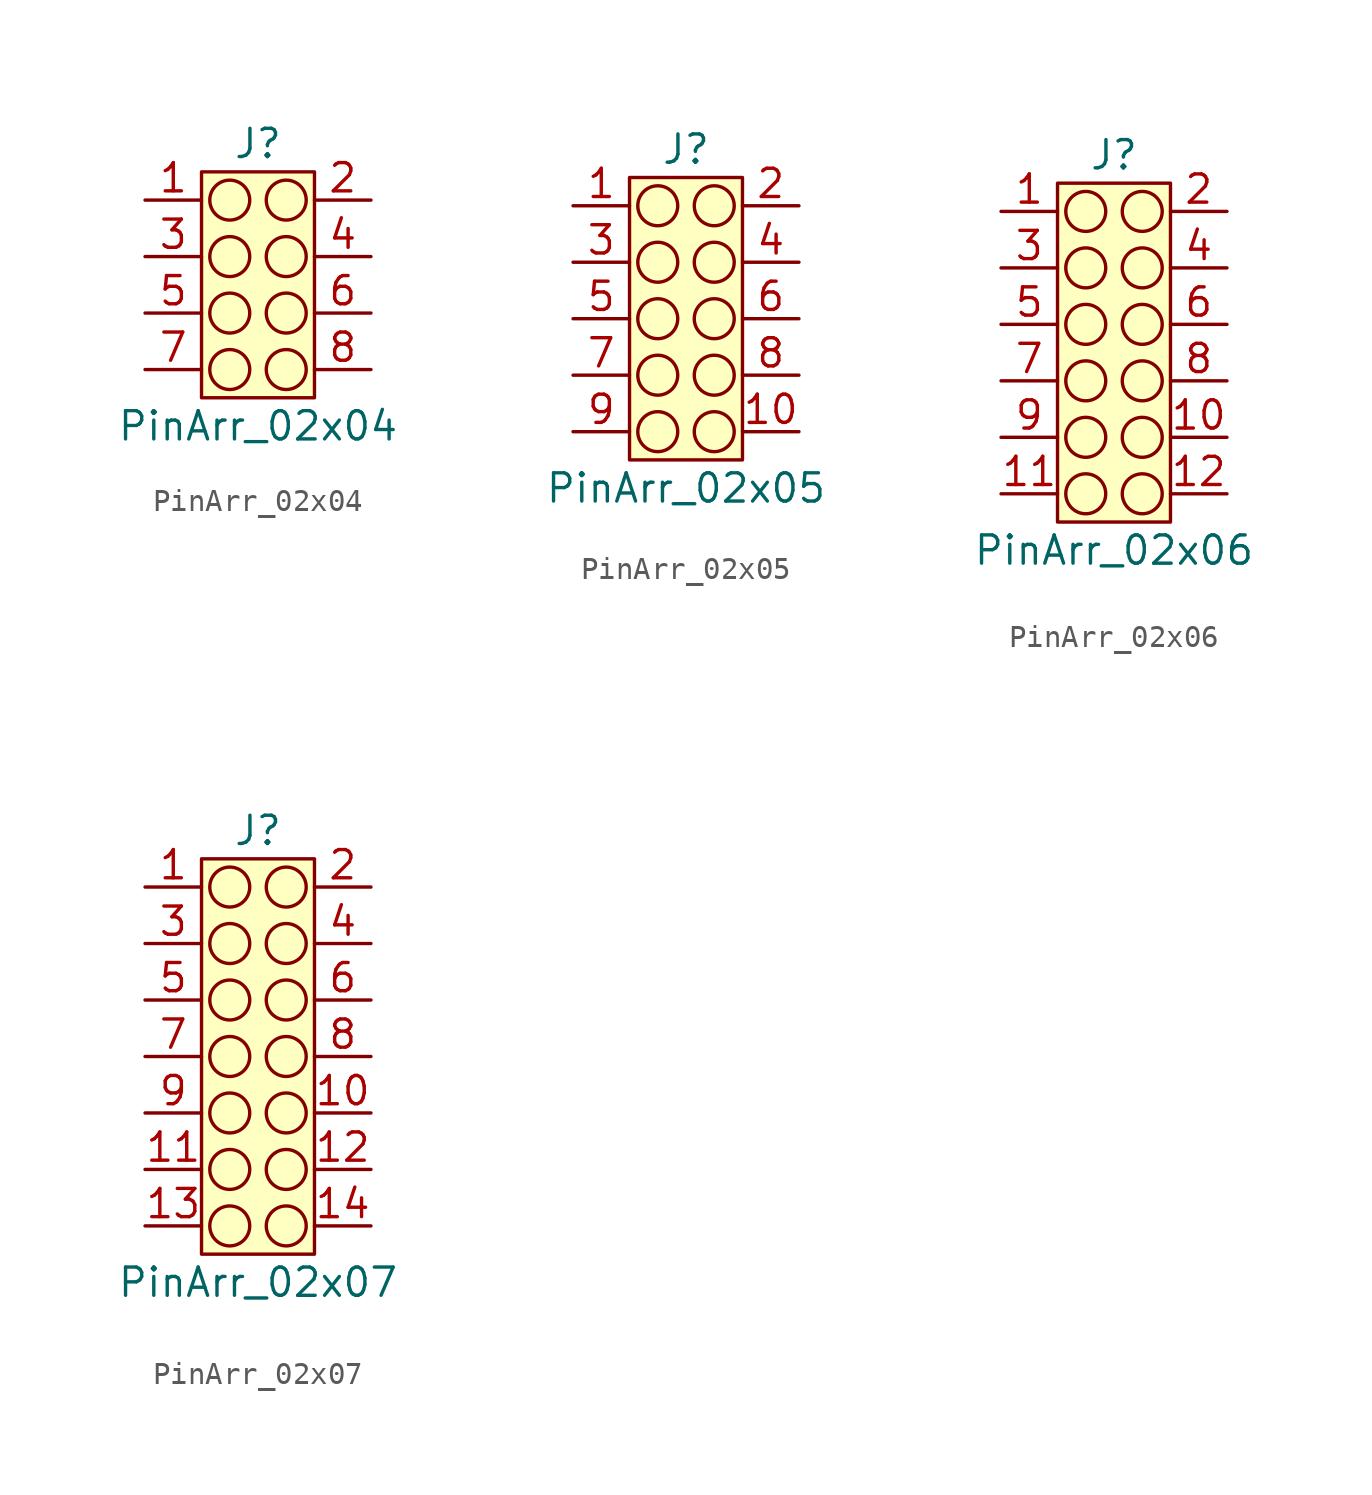
<source format=kicad_sym>
(kicad_symbol_lib
  (version 20220914)
  (generator kicad_symbol_editor)
  (symbol "PinArr_02x04"
    (property "Reference" "J"
      (at 0 6.35 0)
      (effects (font (size 1.27 1.27))))
    (property "Value" "PinArr_02x04"
      (at 0 -6.35 0)
      (effects (font (size 1.27 1.27))))
    (symbol "PinArr_02x04_0_1"
      (circle (center -1.27 -3.81) (radius 0.898) (stroke (width 0) (type default)) (fill (type none)))
      (circle (center -1.27 -1.27) (radius 0.898) (stroke (width 0) (type default)) (fill (type none)))
      (circle (center -1.27 1.27) (radius 0.898) (stroke (width 0) (type default)) (fill (type none)))
      (circle (center -1.27 3.81) (radius 0.898) (stroke (width 0) (type default)) (fill (type none)))
      (circle (center 1.27 -3.81) (radius 0.898) (stroke (width 0) (type default)) (fill (type none)))
      (circle (center 1.27 -1.27) (radius 0.898) (stroke (width 0) (type default)) (fill (type none)))
      (circle (center 1.27 1.27) (radius 0.898) (stroke (width 0) (type default)) (fill (type none)))
      (circle (center 1.27 3.81) (radius 0.898) (stroke (width 0) (type default)) (fill (type none))))
    (symbol "PinArr_02x04_1_1"
      (rectangle (start -2.54 5.08) (end 2.54 -5.08) (stroke (width 0) (type default)) (fill (type background)))
      (pin passive line (at -5.08 3.81 0) (length 2.54) (name "" (effects (font (size 1.27 1.27)))) (number "1" (effects (font (size 1.27 1.27)))))
      (pin passive line (at 5.08 3.81 180) (length 2.54) (name "" (effects (font (size 1.27 1.27)))) (number "2" (effects (font (size 1.27 1.27)))))
      (pin passive line (at -5.08 1.27 0) (length 2.54) (name "" (effects (font (size 1.27 1.27)))) (number "3" (effects (font (size 1.27 1.27)))))
      (pin passive line (at 5.08 1.27 180) (length 2.54) (name "" (effects (font (size 1.27 1.27)))) (number "4" (effects (font (size 1.27 1.27)))))
      (pin passive line (at -5.08 -1.27 0) (length 2.54) (name "" (effects (font (size 1.27 1.27)))) (number "5" (effects (font (size 1.27 1.27)))))
      (pin passive line (at 5.08 -1.27 180) (length 2.54) (name "" (effects (font (size 1.27 1.27)))) (number "6" (effects (font (size 1.27 1.27)))))
      (pin passive line (at -5.08 -3.81 0) (length 2.54) (name "" (effects (font (size 1.27 1.27)))) (number "7" (effects (font (size 1.27 1.27)))))
      (pin passive line (at 5.08 -3.81 180) (length 2.54) (name "" (effects (font (size 1.27 1.27)))) (number "8" (effects (font (size 1.27 1.27)))))))
  (symbol "PinArr_02x05"
    (property "Reference" "J"
      (at 0 7.62 0)
      (effects (font (size 1.27 1.27))))
    (property "Value" "PinArr_02x05"
      (at 0 -7.62 0)
      (effects (font (size 1.27 1.27))))
    (symbol "PinArr_02x05_0_1"
      (circle (center -1.27 -5.08) (radius 0.898) (stroke (width 0) (type default)) (fill (type none)))
      (circle (center -1.27 -2.54) (radius 0.898) (stroke (width 0) (type default)) (fill (type none)))
      (circle (center -1.27 0) (radius 0.898) (stroke (width 0) (type default)) (fill (type none)))
      (circle (center -1.27 2.54) (radius 0.898) (stroke (width 0) (type default)) (fill (type none)))
      (circle (center -1.27 5.08) (radius 0.898) (stroke (width 0) (type default)) (fill (type none)))
      (circle (center 1.27 -5.08) (radius 0.898) (stroke (width 0) (type default)) (fill (type none)))
      (circle (center 1.27 -2.54) (radius 0.898) (stroke (width 0) (type default)) (fill (type none)))
      (circle (center 1.27 0) (radius 0.898) (stroke (width 0) (type default)) (fill (type none)))
      (circle (center 1.27 2.54) (radius 0.898) (stroke (width 0) (type default)) (fill (type none)))
      (circle (center 1.27 5.08) (radius 0.898) (stroke (width 0) (type default)) (fill (type none))))
    (symbol "PinArr_02x05_1_1"
      (rectangle (start -2.54 6.35) (end 2.54 -6.35) (stroke (width 0) (type default)) (fill (type background)))
      (pin passive line (at -5.08 5.08 0) (length 2.54) (name "" (effects (font (size 1.27 1.27)))) (number "1" (effects (font (size 1.27 1.27)))))
      (pin passive line (at 5.08 -5.08 180) (length 2.54) (name "" (effects (font (size 1.27 1.27)))) (number "10" (effects (font (size 1.27 1.27)))))
      (pin passive line (at 5.08 5.08 180) (length 2.54) (name "" (effects (font (size 1.27 1.27)))) (number "2" (effects (font (size 1.27 1.27)))))
      (pin passive line (at -5.08 2.54 0) (length 2.54) (name "" (effects (font (size 1.27 1.27)))) (number "3" (effects (font (size 1.27 1.27)))))
      (pin passive line (at 5.08 2.54 180) (length 2.54) (name "" (effects (font (size 1.27 1.27)))) (number "4" (effects (font (size 1.27 1.27)))))
      (pin passive line (at -5.08 0 0) (length 2.54) (name "" (effects (font (size 1.27 1.27)))) (number "5" (effects (font (size 1.27 1.27)))))
      (pin passive line (at 5.08 0 180) (length 2.54) (name "" (effects (font (size 1.27 1.27)))) (number "6" (effects (font (size 1.27 1.27)))))
      (pin passive line (at -5.08 -2.54 0) (length 2.54) (name "" (effects (font (size 1.27 1.27)))) (number "7" (effects (font (size 1.27 1.27)))))
      (pin passive line (at 5.08 -2.54 180) (length 2.54) (name "" (effects (font (size 1.27 1.27)))) (number "8" (effects (font (size 1.27 1.27)))))
      (pin passive line (at -5.08 -5.08 0) (length 2.54) (name "" (effects (font (size 1.27 1.27)))) (number "9" (effects (font (size 1.27 1.27)))))))
  (symbol "PinArr_02x06"
    (property "Reference" "J"
      (at 0 8.89 0)
      (effects (font (size 1.27 1.27))))
    (property "Value" "PinArr_02x06"
      (at 0 -8.89 0)
      (effects (font (size 1.27 1.27))))
    (symbol "PinArr_02x06_0_1"
      (circle (center -1.27 -6.35) (radius 0.898) (stroke (width 0) (type default)) (fill (type none)))
      (circle (center -1.27 -3.81) (radius 0.898) (stroke (width 0) (type default)) (fill (type none)))
      (circle (center -1.27 -1.27) (radius 0.898) (stroke (width 0) (type default)) (fill (type none)))
      (circle (center -1.27 1.27) (radius 0.898) (stroke (width 0) (type default)) (fill (type none)))
      (circle (center -1.27 3.81) (radius 0.898) (stroke (width 0) (type default)) (fill (type none)))
      (circle (center -1.27 6.35) (radius 0.898) (stroke (width 0) (type default)) (fill (type none)))
      (circle (center 1.27 -6.35) (radius 0.898) (stroke (width 0) (type default)) (fill (type none)))
      (circle (center 1.27 -3.81) (radius 0.898) (stroke (width 0) (type default)) (fill (type none)))
      (circle (center 1.27 -1.27) (radius 0.898) (stroke (width 0) (type default)) (fill (type none)))
      (circle (center 1.27 1.27) (radius 0.898) (stroke (width 0) (type default)) (fill (type none)))
      (circle (center 1.27 3.81) (radius 0.898) (stroke (width 0) (type default)) (fill (type none)))
      (circle (center 1.27 6.35) (radius 0.898) (stroke (width 0) (type default)) (fill (type none))))
    (symbol "PinArr_02x06_1_1"
      (rectangle (start -2.54 7.62) (end 2.54 -7.62) (stroke (width 0) (type default)) (fill (type background)))
      (pin passive line (at -5.08 6.35 0) (length 2.54) (name "" (effects (font (size 1.27 1.27)))) (number "1" (effects (font (size 1.27 1.27)))))
      (pin passive line (at 5.08 -3.81 180) (length 2.54) (name "" (effects (font (size 1.27 1.27)))) (number "10" (effects (font (size 1.27 1.27)))))
      (pin passive line (at -5.08 -6.35 0) (length 2.54) (name "" (effects (font (size 1.27 1.27)))) (number "11" (effects (font (size 1.27 1.27)))))
      (pin passive line (at 5.08 -6.35 180) (length 2.54) (name "" (effects (font (size 1.27 1.27)))) (number "12" (effects (font (size 1.27 1.27)))))
      (pin passive line (at 5.08 6.35 180) (length 2.54) (name "" (effects (font (size 1.27 1.27)))) (number "2" (effects (font (size 1.27 1.27)))))
      (pin passive line (at -5.08 3.81 0) (length 2.54) (name "" (effects (font (size 1.27 1.27)))) (number "3" (effects (font (size 1.27 1.27)))))
      (pin passive line (at 5.08 3.81 180) (length 2.54) (name "" (effects (font (size 1.27 1.27)))) (number "4" (effects (font (size 1.27 1.27)))))
      (pin passive line (at -5.08 1.27 0) (length 2.54) (name "" (effects (font (size 1.27 1.27)))) (number "5" (effects (font (size 1.27 1.27)))))
      (pin passive line (at 5.08 1.27 180) (length 2.54) (name "" (effects (font (size 1.27 1.27)))) (number "6" (effects (font (size 1.27 1.27)))))
      (pin passive line (at -5.08 -1.27 0) (length 2.54) (name "" (effects (font (size 1.27 1.27)))) (number "7" (effects (font (size 1.27 1.27)))))
      (pin passive line (at 5.08 -1.27 180) (length 2.54) (name "" (effects (font (size 1.27 1.27)))) (number "8" (effects (font (size 1.27 1.27)))))
      (pin passive line (at -5.08 -3.81 0) (length 2.54) (name "" (effects (font (size 1.27 1.27)))) (number "9" (effects (font (size 1.27 1.27)))))))
  (symbol "PinArr_02x07"
    (property "Reference" "J"
      (at 0 10.16 0)
      (effects (font (size 1.27 1.27))))
    (property "Value" "PinArr_02x07"
      (at 0 -10.16 0)
      (effects (font (size 1.27 1.27))))
    (symbol "PinArr_02x07_0_1"
      (circle (center -1.27 -7.62) (radius 0.898) (stroke (width 0) (type default)) (fill (type none)))
      (circle (center -1.27 -5.08) (radius 0.898) (stroke (width 0) (type default)) (fill (type none)))
      (circle (center -1.27 -2.54) (radius 0.898) (stroke (width 0) (type default)) (fill (type none)))
      (circle (center -1.27 0) (radius 0.898) (stroke (width 0) (type default)) (fill (type none)))
      (circle (center -1.27 2.54) (radius 0.898) (stroke (width 0) (type default)) (fill (type none)))
      (circle (center -1.27 5.08) (radius 0.898) (stroke (width 0) (type default)) (fill (type none)))
      (circle (center -1.27 7.62) (radius 0.898) (stroke (width 0) (type default)) (fill (type none)))
      (circle (center 1.27 -7.62) (radius 0.898) (stroke (width 0) (type default)) (fill (type none)))
      (circle (center 1.27 -5.08) (radius 0.898) (stroke (width 0) (type default)) (fill (type none)))
      (circle (center 1.27 -2.54) (radius 0.898) (stroke (width 0) (type default)) (fill (type none)))
      (circle (center 1.27 0) (radius 0.898) (stroke (width 0) (type default)) (fill (type none)))
      (circle (center 1.27 2.54) (radius 0.898) (stroke (width 0) (type default)) (fill (type none)))
      (circle (center 1.27 5.08) (radius 0.898) (stroke (width 0) (type default)) (fill (type none)))
      (circle (center 1.27 7.62) (radius 0.898) (stroke (width 0) (type default)) (fill (type none))))
    (symbol "PinArr_02x07_1_1"
      (rectangle (start -2.54 8.89) (end 2.54 -8.89) (stroke (width 0) (type default)) (fill (type background)))
      (pin passive line (at -5.08 7.62 0) (length 2.54) (name "" (effects (font (size 1.27 1.27)))) (number "1" (effects (font (size 1.27 1.27)))))
      (pin passive line (at 5.08 -2.54 180) (length 2.54) (name "" (effects (font (size 1.27 1.27)))) (number "10" (effects (font (size 1.27 1.27)))))
      (pin passive line (at -5.08 -5.08 0) (length 2.54) (name "" (effects (font (size 1.27 1.27)))) (number "11" (effects (font (size 1.27 1.27)))))
      (pin passive line (at 5.08 -5.08 180) (length 2.54) (name "" (effects (font (size 1.27 1.27)))) (number "12" (effects (font (size 1.27 1.27)))))
      (pin passive line (at -5.08 -7.62 0) (length 2.54) (name "" (effects (font (size 1.27 1.27)))) (number "13" (effects (font (size 1.27 1.27)))))
      (pin passive line (at 5.08 -7.62 180) (length 2.54) (name "" (effects (font (size 1.27 1.27)))) (number "14" (effects (font (size 1.27 1.27)))))
      (pin passive line (at 5.08 7.62 180) (length 2.54) (name "" (effects (font (size 1.27 1.27)))) (number "2" (effects (font (size 1.27 1.27)))))
      (pin passive line (at -5.08 5.08 0) (length 2.54) (name "" (effects (font (size 1.27 1.27)))) (number "3" (effects (font (size 1.27 1.27)))))
      (pin passive line (at 5.08 5.08 180) (length 2.54) (name "" (effects (font (size 1.27 1.27)))) (number "4" (effects (font (size 1.27 1.27)))))
      (pin passive line (at -5.08 2.54 0) (length 2.54) (name "" (effects (font (size 1.27 1.27)))) (number "5" (effects (font (size 1.27 1.27)))))
      (pin passive line (at 5.08 2.54 180) (length 2.54) (name "" (effects (font (size 1.27 1.27)))) (number "6" (effects (font (size 1.27 1.27)))))
      (pin passive line (at -5.08 0 0) (length 2.54) (name "" (effects (font (size 1.27 1.27)))) (number "7" (effects (font (size 1.27 1.27)))))
      (pin passive line (at 5.08 0 180) (length 2.54) (name "" (effects (font (size 1.27 1.27)))) (number "8" (effects (font (size 1.27 1.27)))))
      (pin passive line (at -5.08 -2.54 0) (length 2.54) (name "" (effects (font (size 1.27 1.27)))) (number "9" (effects (font (size 1.27 1.27))))))))
</source>
